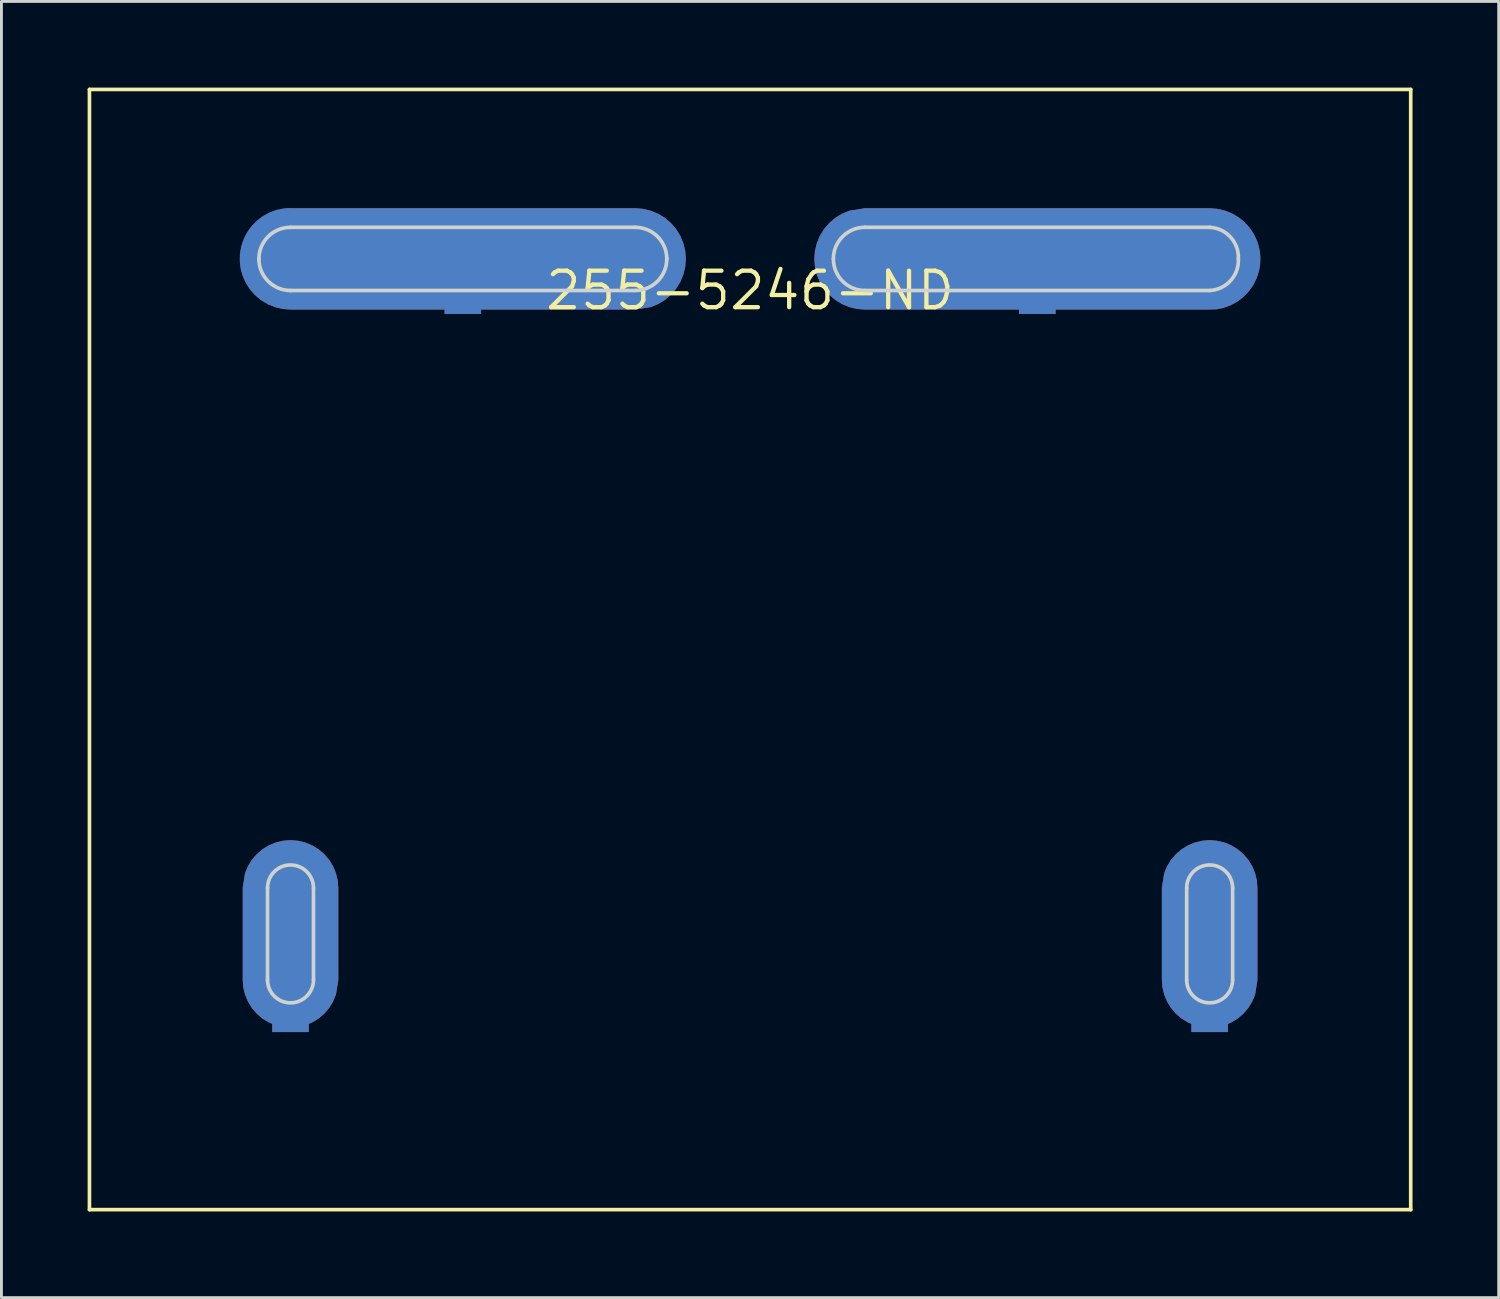
<source format=kicad_pcb>
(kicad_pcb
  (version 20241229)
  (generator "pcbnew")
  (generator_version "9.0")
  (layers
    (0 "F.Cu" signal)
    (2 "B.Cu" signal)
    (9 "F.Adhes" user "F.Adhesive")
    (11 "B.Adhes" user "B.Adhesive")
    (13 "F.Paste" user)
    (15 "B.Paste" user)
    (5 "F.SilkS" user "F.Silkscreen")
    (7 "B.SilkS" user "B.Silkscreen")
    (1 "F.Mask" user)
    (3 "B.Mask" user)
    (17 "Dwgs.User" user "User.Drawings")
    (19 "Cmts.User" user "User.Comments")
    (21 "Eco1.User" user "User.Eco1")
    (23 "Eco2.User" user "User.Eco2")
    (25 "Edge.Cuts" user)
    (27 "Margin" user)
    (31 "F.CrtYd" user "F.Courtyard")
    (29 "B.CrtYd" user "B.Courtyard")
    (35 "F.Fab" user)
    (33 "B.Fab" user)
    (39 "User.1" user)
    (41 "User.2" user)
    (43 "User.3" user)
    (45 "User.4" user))
  (footprint "255-5246-ND"
    (layer "F.Cu")
    (at 23.064 7.064)
    (property "Reference" "255-5246-ND" (at 0 0 0) (layer "F.SilkS") (effects (font (size 1.27 1.27) (thickness 0.15))))
    (fp_poly (pts (xy -15.74 19.157) (xy -15.486 19.218) (xy -15.245 19.318) (xy -15.022 19.454) (xy -14.824 19.624) (xy -14.654 19.822) (xy -14.518 20.045) (xy -14.418 20.286) (xy -14.357 20.54) (xy -14.336 20.798) (xy -14.336 24.005) (xy -14.417 24.512) (xy -14.518 24.755) (xy -14.654 24.978) (xy -14.824 25.176) (xy -15.022 25.346) (xy -15.245 25.482) (xy -15.486 25.582) (xy -15.74 25.643) (xy -16 25.664) (xy -16.26 25.643) (xy -16.514 25.582) (xy -16.755 25.482) (xy -16.978 25.346) (xy -17.176 25.176) (xy -17.346 24.978) (xy -17.482 24.755) (xy -17.582 24.514) (xy -17.643 24.26) (xy -17.663 24.002) (xy -17.663 20.795) (xy -17.583 20.288) (xy -17.482 20.045) (xy -17.346 19.822) (xy -17.176 19.624) (xy -16.978 19.454) (xy -16.755 19.318) (xy -16.514 19.218) (xy -16.26 19.157) (xy -16 19.136)) (stroke (width 0) (type default)) (fill yes) (layer "F.Cu"))
    (fp_poly (pts (xy -3.724 -2.842) (xy -3.455 -2.777) (xy -3.199 -2.671) (xy -2.963 -2.527) (xy -2.753 -2.347) (xy -2.573 -2.137) (xy -2.429 -1.901) (xy -2.323 -1.645) (xy -2.258 -1.376) (xy -2.236 -1.1) (xy -2.258 -0.824) (xy -2.323 -0.555) (xy -2.429 -0.299) (xy -2.573 -0.063) (xy -2.753 0.147) (xy -2.963 0.327) (xy -3.199 0.471) (xy -3.457 0.578) (xy -3.995 0.663) (xy -16.002 0.663) (xy -16.276 0.642) (xy -16.545 0.577) (xy -16.801 0.471) (xy -17.037 0.327) (xy -17.247 0.147) (xy -17.427 -0.063) (xy -17.571 -0.299) (xy -17.677 -0.555) (xy -17.742 -0.824) (xy -17.764 -1.1) (xy -17.742 -1.376) (xy -17.677 -1.645) (xy -17.571 -1.901) (xy -17.427 -2.137) (xy -17.247 -2.347) (xy -17.037 -2.527) (xy -16.801 -2.671) (xy -16.543 -2.778) (xy -16.005 -2.864) (xy -3.998 -2.864)) (stroke (width 0) (type default)) (fill yes) (layer "F.Cu"))
    (fp_poly (pts (xy 16.26 19.157) (xy 16.514 19.218) (xy 16.755 19.318) (xy 16.978 19.454) (xy 17.176 19.624) (xy 17.346 19.822) (xy 17.482 20.045) (xy 17.582 20.286) (xy 17.643 20.54) (xy 17.663 20.798) (xy 17.663 24.005) (xy 17.583 24.512) (xy 17.482 24.755) (xy 17.346 24.978) (xy 17.176 25.176) (xy 16.978 25.346) (xy 16.755 25.482) (xy 16.514 25.582) (xy 16.26 25.643) (xy 16 25.664) (xy 15.74 25.643) (xy 15.486 25.582) (xy 15.245 25.482) (xy 15.022 25.346) (xy 14.824 25.176) (xy 14.654 24.978) (xy 14.518 24.755) (xy 14.418 24.514) (xy 14.357 24.26) (xy 14.336 24.002) (xy 14.336 20.795) (xy 14.417 20.288) (xy 14.518 20.045) (xy 14.654 19.822) (xy 14.824 19.624) (xy 15.022 19.454) (xy 15.245 19.318) (xy 15.486 19.218) (xy 15.74 19.157) (xy 16 19.136)) (stroke (width 0) (type default)) (fill yes) (layer "F.Cu"))
    (fp_poly (pts (xy 16.276 -2.842) (xy 16.545 -2.777) (xy 16.801 -2.671) (xy 17.037 -2.527) (xy 17.247 -2.347) (xy 17.427 -2.137) (xy 17.571 -1.901) (xy 17.677 -1.645) (xy 17.742 -1.376) (xy 17.764 -1.1) (xy 17.742 -0.824) (xy 17.677 -0.555) (xy 17.571 -0.299) (xy 17.427 -0.063) (xy 17.247 0.147) (xy 17.037 0.327) (xy 16.801 0.471) (xy 16.543 0.578) (xy 16.005 0.663) (xy 3.998 0.663) (xy 3.724 0.642) (xy 3.455 0.577) (xy 3.199 0.471) (xy 2.963 0.327) (xy 2.753 0.147) (xy 2.573 -0.063) (xy 2.429 -0.299) (xy 2.323 -0.555) (xy 2.258 -0.824) (xy 2.236 -1.1) (xy 2.258 -1.376) (xy 2.323 -1.645) (xy 2.429 -1.901) (xy 2.573 -2.137) (xy 2.753 -2.347) (xy 2.963 -2.527) (xy 3.199 -2.671) (xy 3.457 -2.778) (xy 3.995 -2.864) (xy 16.002 -2.864)) (stroke (width 0) (type default)) (fill yes) (layer "F.Cu"))
    (fp_poly (pts (xy -15.74 19.157) (xy -15.486 19.218) (xy -15.245 19.318) (xy -15.022 19.454) (xy -14.824 19.624) (xy -14.654 19.822) (xy -14.518 20.045) (xy -14.418 20.286) (xy -14.357 20.54) (xy -14.336 20.798) (xy -14.336 24.005) (xy -14.417 24.512) (xy -14.518 24.755) (xy -14.654 24.978) (xy -14.824 25.176) (xy -15.022 25.346) (xy -15.245 25.482) (xy -15.486 25.582) (xy -15.74 25.643) (xy -16 25.664) (xy -16.26 25.643) (xy -16.514 25.582) (xy -16.755 25.482) (xy -16.978 25.346) (xy -17.176 25.176) (xy -17.346 24.978) (xy -17.482 24.755) (xy -17.582 24.514) (xy -17.643 24.26) (xy -17.663 24.002) (xy -17.663 20.795) (xy -17.583 20.288) (xy -17.482 20.045) (xy -17.346 19.822) (xy -17.176 19.624) (xy -16.978 19.454) (xy -16.755 19.318) (xy -16.514 19.218) (xy -16.26 19.157) (xy -16 19.136)) (stroke (width 0) (type default)) (fill yes) (layer "F.Mask"))
    (fp_poly (pts (xy -3.724 -2.842) (xy -3.455 -2.777) (xy -3.199 -2.671) (xy -2.963 -2.527) (xy -2.753 -2.347) (xy -2.573 -2.137) (xy -2.429 -1.901) (xy -2.323 -1.645) (xy -2.258 -1.376) (xy -2.236 -1.1) (xy -2.258 -0.824) (xy -2.323 -0.555) (xy -2.429 -0.299) (xy -2.573 -0.063) (xy -2.753 0.147) (xy -2.963 0.327) (xy -3.199 0.471) (xy -3.457 0.578) (xy -3.995 0.663) (xy -16.002 0.663) (xy -16.276 0.642) (xy -16.545 0.577) (xy -16.801 0.471) (xy -17.037 0.327) (xy -17.247 0.147) (xy -17.427 -0.063) (xy -17.571 -0.299) (xy -17.677 -0.555) (xy -17.742 -0.824) (xy -17.764 -1.1) (xy -17.742 -1.376) (xy -17.677 -1.645) (xy -17.571 -1.901) (xy -17.427 -2.137) (xy -17.247 -2.347) (xy -17.037 -2.527) (xy -16.801 -2.671) (xy -16.543 -2.778) (xy -16.005 -2.864) (xy -3.998 -2.864)) (stroke (width 0) (type default)) (fill yes) (layer "F.Mask"))
    (fp_poly (pts (xy 16.26 19.157) (xy 16.514 19.218) (xy 16.755 19.318) (xy 16.978 19.454) (xy 17.176 19.624) (xy 17.346 19.822) (xy 17.482 20.045) (xy 17.582 20.286) (xy 17.643 20.54) (xy 17.663 20.798) (xy 17.663 24.005) (xy 17.583 24.512) (xy 17.482 24.755) (xy 17.346 24.978) (xy 17.176 25.176) (xy 16.978 25.346) (xy 16.755 25.482) (xy 16.514 25.582) (xy 16.26 25.643) (xy 16 25.664) (xy 15.74 25.643) (xy 15.486 25.582) (xy 15.245 25.482) (xy 15.022 25.346) (xy 14.824 25.176) (xy 14.654 24.978) (xy 14.518 24.755) (xy 14.418 24.514) (xy 14.357 24.26) (xy 14.336 24.002) (xy 14.336 20.795) (xy 14.417 20.288) (xy 14.518 20.045) (xy 14.654 19.822) (xy 14.824 19.624) (xy 15.022 19.454) (xy 15.245 19.318) (xy 15.486 19.218) (xy 15.74 19.157) (xy 16 19.136)) (stroke (width 0) (type default)) (fill yes) (layer "F.Mask"))
    (fp_poly (pts (xy 16.276 -2.842) (xy 16.545 -2.777) (xy 16.801 -2.671) (xy 17.037 -2.527) (xy 17.247 -2.347) (xy 17.427 -2.137) (xy 17.571 -1.901) (xy 17.677 -1.645) (xy 17.742 -1.376) (xy 17.764 -1.1) (xy 17.742 -0.824) (xy 17.677 -0.555) (xy 17.571 -0.299) (xy 17.427 -0.063) (xy 17.247 0.147) (xy 17.037 0.327) (xy 16.801 0.471) (xy 16.543 0.578) (xy 16.005 0.663) (xy 3.998 0.663) (xy 3.724 0.642) (xy 3.455 0.577) (xy 3.199 0.471) (xy 2.963 0.327) (xy 2.753 0.147) (xy 2.573 -0.063) (xy 2.429 -0.299) (xy 2.323 -0.555) (xy 2.258 -0.824) (xy 2.236 -1.1) (xy 2.258 -1.376) (xy 2.323 -1.645) (xy 2.429 -1.901) (xy 2.573 -2.137) (xy 2.753 -2.347) (xy 2.963 -2.527) (xy 3.199 -2.671) (xy 3.457 -2.778) (xy 3.995 -2.864) (xy 16.002 -2.864)) (stroke (width 0) (type default)) (fill yes) (layer "F.Mask"))
    (fp_poly (pts (xy -15.74 19.157) (xy -15.486 19.218) (xy -15.245 19.318) (xy -15.022 19.454) (xy -14.824 19.624) (xy -14.654 19.822) (xy -14.518 20.045) (xy -14.418 20.286) (xy -14.357 20.54) (xy -14.336 20.798) (xy -14.336 24.005) (xy -14.417 24.512) (xy -14.518 24.755) (xy -14.654 24.978) (xy -14.824 25.176) (xy -15.022 25.346) (xy -15.245 25.482) (xy -15.486 25.582) (xy -15.74 25.643) (xy -16 25.664) (xy -16.26 25.643) (xy -16.514 25.582) (xy -16.755 25.482) (xy -16.978 25.346) (xy -17.176 25.176) (xy -17.346 24.978) (xy -17.482 24.755) (xy -17.582 24.514) (xy -17.643 24.26) (xy -17.663 24.002) (xy -17.663 20.795) (xy -17.583 20.288) (xy -17.482 20.045) (xy -17.346 19.822) (xy -17.176 19.624) (xy -16.978 19.454) (xy -16.755 19.318) (xy -16.514 19.218) (xy -16.26 19.157) (xy -16 19.136)) (stroke (width 0) (type default)) (fill yes) (layer "B.Cu"))
    (fp_poly (pts (xy 16.26 19.157) (xy 16.514 19.218) (xy 16.755 19.318) (xy 16.978 19.454) (xy 17.176 19.624) (xy 17.346 19.822) (xy 17.482 20.045) (xy 17.582 20.286) (xy 17.643 20.54) (xy 17.663 20.798) (xy 17.663 24.005) (xy 17.583 24.512) (xy 17.482 24.755) (xy 17.346 24.978) (xy 17.176 25.176) (xy 16.978 25.346) (xy 16.755 25.482) (xy 16.514 25.582) (xy 16.26 25.643) (xy 16 25.664) (xy 15.74 25.643) (xy 15.486 25.582) (xy 15.245 25.482) (xy 15.022 25.346) (xy 14.824 25.176) (xy 14.654 24.978) (xy 14.518 24.755) (xy 14.418 24.514) (xy 14.357 24.26) (xy 14.336 24.002) (xy 14.336 20.795) (xy 14.417 20.288) (xy 14.518 20.045) (xy 14.654 19.822) (xy 14.824 19.624) (xy 15.022 19.454) (xy 15.245 19.318) (xy 15.486 19.218) (xy 15.74 19.157) (xy 16 19.136)) (stroke (width 0) (type default)) (fill yes) (layer "B.Cu"))
    (fp_poly (pts (xy 16.267 -2.843) (xy 16.527 -2.783) (xy 16.775 -2.685) (xy 17.006 -2.55) (xy 17.214 -2.382) (xy 17.394 -2.184) (xy 17.542 -1.962) (xy 17.655 -1.719) (xy 17.731 -1.463) (xy 17.767 -1.198) (xy 17.762 -0.931) (xy 17.717 -0.667) (xy 17.633 -0.413) (xy 17.512 -0.175) (xy 17.357 0.042) (xy 17.17 0.234) (xy 16.957 0.395) (xy 16.721 0.522) (xy 16.47 0.612) (xy 16.206 0.663) (xy 3.998 0.663) (xy 3.724 0.642) (xy 3.455 0.577) (xy 3.199 0.471) (xy 2.963 0.327) (xy 2.753 0.147) (xy 2.573 -0.063) (xy 2.429 -0.299) (xy 2.323 -0.555) (xy 2.258 -0.824) (xy 2.236 -1.1) (xy 2.258 -1.376) (xy 2.323 -1.645) (xy 2.429 -1.901) (xy 2.573 -2.137) (xy 2.753 -2.347) (xy 2.963 -2.527) (xy 3.199 -2.671) (xy 3.457 -2.778) (xy 3.995 -2.864) (xy 16.002 -2.864)) (stroke (width 0) (type default)) (fill yes) (layer "B.Cu"))
    (fp_poly (pts (xy -15.998 -2.864) (xy -3.998 -2.864) (xy -3.724 -2.842) (xy -3.455 -2.777) (xy -3.199 -2.671) (xy -2.963 -2.527) (xy -2.753 -2.347) (xy -2.573 -2.137) (xy -2.429 -1.901) (xy -2.323 -1.645) (xy -2.258 -1.376) (xy -2.236 -1.1) (xy -2.258 -0.824) (xy -2.323 -0.555) (xy -2.429 -0.299) (xy -2.573 -0.063) (xy -2.753 0.147) (xy -2.963 0.327) (xy -3.199 0.471) (xy -3.457 0.578) (xy -3.995 0.663) (xy -16.002 0.663) (xy -16.267 0.643) (xy -16.527 0.583) (xy -16.775 0.485) (xy -17.006 0.35) (xy -17.214 0.182) (xy -17.394 -0.016) (xy -17.542 -0.238) (xy -17.655 -0.481) (xy -17.731 -0.737) (xy -17.767 -1.002) (xy -17.762 -1.269) (xy -17.717 -1.533) (xy -17.633 -1.787) (xy -17.512 -2.025) (xy -17.357 -2.242) (xy -17.17 -2.434) (xy -16.957 -2.595) (xy -16.721 -2.722) (xy -16.47 -2.812) (xy -16.208 -2.863) (xy -16.1 -2.869)) (stroke (width 0) (type default)) (fill yes) (layer "B.Cu"))
    (fp_poly (pts (xy -15.74 19.157) (xy -15.486 19.218) (xy -15.245 19.318) (xy -15.022 19.454) (xy -14.824 19.624) (xy -14.654 19.822) (xy -14.518 20.045) (xy -14.418 20.286) (xy -14.357 20.54) (xy -14.336 20.798) (xy -14.336 24.005) (xy -14.417 24.512) (xy -14.518 24.755) (xy -14.654 24.978) (xy -14.824 25.176) (xy -15.022 25.346) (xy -15.245 25.482) (xy -15.486 25.582) (xy -15.74 25.643) (xy -16 25.664) (xy -16.26 25.643) (xy -16.514 25.582) (xy -16.755 25.482) (xy -16.978 25.346) (xy -17.176 25.176) (xy -17.346 24.978) (xy -17.482 24.755) (xy -17.582 24.514) (xy -17.643 24.26) (xy -17.663 24.002) (xy -17.663 20.795) (xy -17.583 20.288) (xy -17.482 20.045) (xy -17.346 19.822) (xy -17.176 19.624) (xy -16.978 19.454) (xy -16.755 19.318) (xy -16.514 19.218) (xy -16.26 19.157) (xy -16 19.136)) (stroke (width 0) (type default)) (fill yes) (layer "B.Mask"))
    (fp_poly (pts (xy -3.724 -2.842) (xy -3.455 -2.777) (xy -3.199 -2.671) (xy -2.963 -2.527) (xy -2.753 -2.347) (xy -2.573 -2.137) (xy -2.429 -1.901) (xy -2.323 -1.645) (xy -2.258 -1.376) (xy -2.236 -1.1) (xy -2.258 -0.824) (xy -2.323 -0.555) (xy -2.429 -0.299) (xy -2.573 -0.063) (xy -2.753 0.147) (xy -2.963 0.327) (xy -3.199 0.471) (xy -3.457 0.578) (xy -3.995 0.663) (xy -16.002 0.663) (xy -16.276 0.642) (xy -16.545 0.577) (xy -16.801 0.471) (xy -17.037 0.327) (xy -17.247 0.147) (xy -17.427 -0.063) (xy -17.571 -0.299) (xy -17.677 -0.555) (xy -17.742 -0.824) (xy -17.764 -1.1) (xy -17.742 -1.376) (xy -17.677 -1.645) (xy -17.571 -1.901) (xy -17.427 -2.137) (xy -17.247 -2.347) (xy -17.037 -2.527) (xy -16.801 -2.671) (xy -16.543 -2.778) (xy -16.005 -2.864) (xy -3.998 -2.864)) (stroke (width 0) (type default)) (fill yes) (layer "B.Mask"))
    (fp_poly (pts (xy 16.26 19.157) (xy 16.514 19.218) (xy 16.755 19.318) (xy 16.978 19.454) (xy 17.176 19.624) (xy 17.346 19.822) (xy 17.482 20.045) (xy 17.582 20.286) (xy 17.643 20.54) (xy 17.663 20.798) (xy 17.663 24.005) (xy 17.583 24.512) (xy 17.482 24.755) (xy 17.346 24.978) (xy 17.176 25.176) (xy 16.978 25.346) (xy 16.755 25.482) (xy 16.514 25.582) (xy 16.26 25.643) (xy 16 25.664) (xy 15.74 25.643) (xy 15.486 25.582) (xy 15.245 25.482) (xy 15.022 25.346) (xy 14.824 25.176) (xy 14.654 24.978) (xy 14.518 24.755) (xy 14.418 24.514) (xy 14.357 24.26) (xy 14.336 24.002) (xy 14.336 20.795) (xy 14.417 20.288) (xy 14.518 20.045) (xy 14.654 19.822) (xy 14.824 19.624) (xy 15.022 19.454) (xy 15.245 19.318) (xy 15.486 19.218) (xy 15.74 19.157) (xy 16 19.136)) (stroke (width 0) (type default)) (fill yes) (layer "B.Mask"))
    (fp_poly (pts (xy 16.276 -2.842) (xy 16.545 -2.777) (xy 16.801 -2.671) (xy 17.037 -2.527) (xy 17.247 -2.347) (xy 17.427 -2.137) (xy 17.571 -1.901) (xy 17.677 -1.645) (xy 17.742 -1.376) (xy 17.764 -1.1) (xy 17.742 -0.824) (xy 17.677 -0.555) (xy 17.571 -0.299) (xy 17.427 -0.063) (xy 17.247 0.147) (xy 17.037 0.327) (xy 16.801 0.471) (xy 16.543 0.578) (xy 16.005 0.663) (xy 3.998 0.663) (xy 3.724 0.642) (xy 3.455 0.577) (xy 3.199 0.471) (xy 2.963 0.327) (xy 2.753 0.147) (xy 2.573 -0.063) (xy 2.429 -0.299) (xy 2.323 -0.555) (xy 2.258 -0.824) (xy 2.236 -1.1) (xy 2.258 -1.376) (xy 2.323 -1.645) (xy 2.429 -1.901) (xy 2.573 -2.137) (xy 2.753 -2.347) (xy 2.963 -2.527) (xy 3.199 -2.671) (xy 3.457 -2.778) (xy 3.995 -2.864) (xy 16.002 -2.864)) (stroke (width 0) (type default)) (fill yes) (layer "B.Mask"))
    (fp_line (start -23 -7) (end -23 32) (stroke (width 0.127) (type solid)) (layer "F.SilkS"))
    (fp_line (start -23 32) (end 23 32) (stroke (width 0.127) (type solid)) (layer "F.SilkS"))
    (fp_line (start 23 -7) (end -23 -7) (stroke (width 0.127) (type solid)) (layer "F.SilkS"))
    (fp_line (start 23 32) (end 23 -7) (stroke (width 0.127) (type solid)) (layer "F.SilkS"))
    (fp_poly (pts (xy -15.74 19.157) (xy -15.486 19.218) (xy -15.245 19.318) (xy -15.022 19.454) (xy -14.824 19.624) (xy -14.654 19.822) (xy -14.518 20.045) (xy -14.418 20.286) (xy -14.357 20.54) (xy -14.336 20.798) (xy -14.336 24.005) (xy -14.417 24.512) (xy -14.518 24.755) (xy -14.654 24.978) (xy -14.824 25.176) (xy -15.022 25.346) (xy -15.245 25.482) (xy -15.486 25.582) (xy -15.74 25.643) (xy -16 25.664) (xy -16.26 25.643) (xy -16.514 25.582) (xy -16.755 25.482) (xy -16.978 25.346) (xy -17.176 25.176) (xy -17.346 24.978) (xy -17.482 24.755) (xy -17.582 24.514) (xy -17.643 24.26) (xy -17.663 24.002) (xy -17.663 20.795) (xy -17.583 20.288) (xy -17.482 20.045) (xy -17.346 19.822) (xy -17.176 19.624) (xy -16.978 19.454) (xy -16.755 19.318) (xy -16.514 19.218) (xy -16.26 19.157) (xy -16 19.136)) (stroke (width 0) (type default)) (fill yes) (layer "F.Paste"))
    (fp_poly (pts (xy -3.724 -2.842) (xy -3.455 -2.777) (xy -3.199 -2.671) (xy -2.963 -2.527) (xy -2.753 -2.347) (xy -2.573 -2.137) (xy -2.429 -1.901) (xy -2.323 -1.645) (xy -2.258 -1.376) (xy -2.236 -1.1) (xy -2.258 -0.824) (xy -2.323 -0.555) (xy -2.429 -0.299) (xy -2.573 -0.063) (xy -2.753 0.147) (xy -2.963 0.327) (xy -3.199 0.471) (xy -3.457 0.578) (xy -3.995 0.663) (xy -16.002 0.663) (xy -16.276 0.642) (xy -16.545 0.577) (xy -16.801 0.471) (xy -17.037 0.327) (xy -17.247 0.147) (xy -17.427 -0.063) (xy -17.571 -0.299) (xy -17.677 -0.555) (xy -17.742 -0.824) (xy -17.764 -1.1) (xy -17.742 -1.376) (xy -17.677 -1.645) (xy -17.571 -1.901) (xy -17.427 -2.137) (xy -17.247 -2.347) (xy -17.037 -2.527) (xy -16.801 -2.671) (xy -16.543 -2.778) (xy -16.005 -2.864) (xy -3.998 -2.864)) (stroke (width 0) (type default)) (fill yes) (layer "F.Paste"))
    (fp_poly (pts (xy 16.276 -2.842) (xy 16.545 -2.777) (xy 16.801 -2.671) (xy 17.037 -2.527) (xy 17.247 -2.347) (xy 17.427 -2.137) (xy 17.571 -1.901) (xy 17.677 -1.645) (xy 17.742 -1.376) (xy 17.764 -1.1) (xy 17.742 -0.824) (xy 17.677 -0.555) (xy 17.571 -0.299) (xy 17.427 -0.063) (xy 17.247 0.147) (xy 17.037 0.327) (xy 16.801 0.471) (xy 16.543 0.578) (xy 16.005 0.663) (xy 3.998 0.663) (xy 3.724 0.642) (xy 3.455 0.577) (xy 3.199 0.471) (xy 2.963 0.327) (xy 2.753 0.147) (xy 2.573 -0.063) (xy 2.429 -0.299) (xy 2.323 -0.555) (xy 2.258 -0.824) (xy 2.236 -1.1) (xy 2.258 -1.376) (xy 2.323 -1.645) (xy 2.429 -1.901) (xy 2.573 -2.137) (xy 2.753 -2.347) (xy 2.963 -2.527) (xy 3.199 -2.671) (xy 3.457 -2.778) (xy 3.995 -2.864) (xy 16.002 -2.864)) (stroke (width 0) (type default)) (fill yes) (layer "F.Paste"))
    (fp_poly (pts (xy 16.278 19.154) (xy 16.529 19.218) (xy 16.768 19.32) (xy 16.988 19.458) (xy 17.184 19.628) (xy 17.351 19.827) (xy 17.485 20.049) (xy 17.584 20.289) (xy 17.644 20.541) (xy 17.663 20.798) (xy 17.663 24.005) (xy 17.583 24.512) (xy 17.482 24.755) (xy 17.346 24.978) (xy 17.176 25.176) (xy 16.978 25.346) (xy 16.755 25.482) (xy 16.514 25.582) (xy 16.26 25.643) (xy 16 25.664) (xy 15.74 25.643) (xy 15.486 25.582) (xy 15.245 25.482) (xy 15.022 25.346) (xy 14.824 25.176) (xy 14.654 24.978) (xy 14.518 24.755) (xy 14.418 24.514) (xy 14.357 24.26) (xy 14.336 24.002) (xy 14.336 20.999) (xy 14.352 20.493) (xy 14.42 20.24) (xy 14.526 20.003) (xy 14.667 19.786) (xy 14.84 19.592) (xy 15.041 19.428) (xy 15.265 19.297) (xy 15.507 19.203) (xy 15.76 19.146) (xy 16.019 19.13)) (stroke (width 0) (type default)) (fill yes) (layer "F.Paste"))
    (fp_poly (pts (xy -15.74 19.157) (xy -15.486 19.218) (xy -15.245 19.318) (xy -15.022 19.454) (xy -14.824 19.624) (xy -14.654 19.822) (xy -14.518 20.045) (xy -14.418 20.286) (xy -14.357 20.54) (xy -14.336 20.798) (xy -14.336 24.005) (xy -14.417 24.512) (xy -14.518 24.755) (xy -14.654 24.978) (xy -14.824 25.176) (xy -15.022 25.346) (xy -15.245 25.482) (xy -15.486 25.582) (xy -15.74 25.643) (xy -16 25.664) (xy -16.26 25.643) (xy -16.514 25.582) (xy -16.755 25.482) (xy -16.978 25.346) (xy -17.176 25.176) (xy -17.346 24.978) (xy -17.482 24.755) (xy -17.582 24.514) (xy -17.643 24.26) (xy -17.663 24.002) (xy -17.663 20.795) (xy -17.583 20.288) (xy -17.482 20.045) (xy -17.346 19.822) (xy -17.176 19.624) (xy -16.978 19.454) (xy -16.755 19.318) (xy -16.514 19.218) (xy -16.26 19.157) (xy -16 19.136)) (stroke (width 0) (type default)) (fill yes) (layer "B.Paste"))
    (fp_poly (pts (xy -3.724 -2.842) (xy -3.455 -2.777) (xy -3.199 -2.671) (xy -2.963 -2.527) (xy -2.753 -2.347) (xy -2.573 -2.137) (xy -2.429 -1.901) (xy -2.323 -1.645) (xy -2.258 -1.376) (xy -2.236 -1.1) (xy -2.258 -0.824) (xy -2.323 -0.555) (xy -2.429 -0.299) (xy -2.573 -0.063) (xy -2.753 0.147) (xy -2.963 0.327) (xy -3.199 0.471) (xy -3.457 0.578) (xy -3.995 0.663) (xy -16.002 0.663) (xy -16.276 0.642) (xy -16.545 0.577) (xy -16.801 0.471) (xy -17.037 0.327) (xy -17.247 0.147) (xy -17.427 -0.063) (xy -17.571 -0.299) (xy -17.677 -0.555) (xy -17.742 -0.824) (xy -17.764 -1.1) (xy -17.742 -1.376) (xy -17.677 -1.645) (xy -17.571 -1.901) (xy -17.427 -2.137) (xy -17.247 -2.347) (xy -17.037 -2.527) (xy -16.801 -2.671) (xy -16.543 -2.778) (xy -16.005 -2.864) (xy -3.998 -2.864)) (stroke (width 0) (type default)) (fill yes) (layer "B.Paste"))
    (fp_poly (pts (xy 16.26 19.157) (xy 16.514 19.218) (xy 16.755 19.318) (xy 16.978 19.454) (xy 17.176 19.624) (xy 17.346 19.822) (xy 17.482 20.045) (xy 17.582 20.286) (xy 17.643 20.54) (xy 17.663 20.798) (xy 17.663 24.005) (xy 17.583 24.512) (xy 17.482 24.755) (xy 17.346 24.978) (xy 17.176 25.176) (xy 16.978 25.346) (xy 16.755 25.482) (xy 16.514 25.582) (xy 16.26 25.643) (xy 16 25.664) (xy 15.74 25.643) (xy 15.486 25.582) (xy 15.245 25.482) (xy 15.022 25.346) (xy 14.824 25.176) (xy 14.654 24.978) (xy 14.518 24.755) (xy 14.418 24.514) (xy 14.357 24.26) (xy 14.336 24.002) (xy 14.336 20.795) (xy 14.417 20.288) (xy 14.518 20.045) (xy 14.654 19.822) (xy 14.824 19.624) (xy 15.022 19.454) (xy 15.245 19.318) (xy 15.486 19.218) (xy 15.74 19.157) (xy 16 19.136)) (stroke (width 0) (type default)) (fill yes) (layer "B.Paste"))
    (fp_poly (pts (xy 16.276 -2.842) (xy 16.545 -2.777) (xy 16.801 -2.671) (xy 17.037 -2.527) (xy 17.247 -2.347) (xy 17.427 -2.137) (xy 17.571 -1.901) (xy 17.677 -1.645) (xy 17.742 -1.376) (xy 17.764 -1.1) (xy 17.742 -0.824) (xy 17.677 -0.555) (xy 17.571 -0.299) (xy 17.427 -0.063) (xy 17.247 0.147) (xy 17.037 0.327) (xy 16.801 0.471) (xy 16.543 0.578) (xy 16.005 0.663) (xy 3.998 0.663) (xy 3.724 0.642) (xy 3.455 0.577) (xy 3.199 0.471) (xy 2.963 0.327) (xy 2.753 0.147) (xy 2.573 -0.063) (xy 2.429 -0.299) (xy 2.323 -0.555) (xy 2.258 -0.824) (xy 2.236 -1.1) (xy 2.258 -1.376) (xy 2.323 -1.645) (xy 2.429 -1.901) (xy 2.573 -2.137) (xy 2.753 -2.347) (xy 2.963 -2.527) (xy 3.199 -2.671) (xy 3.457 -2.778) (xy 3.995 -2.864) (xy 16.002 -2.864)) (stroke (width 0) (type default)) (fill yes) (layer "B.Paste"))
    (fp_line (start -16.8 20.8) (end -16.8 24) (stroke (width 0.127) (type solid)) (layer "Edge.Cuts"))
    (fp_line (start -15.2 20.8) (end -15.2 24) (stroke (width 0.127) (type solid)) (layer "Edge.Cuts"))
    (fp_line (start -4 -2.2) (end -16 -2.2) (stroke (width 0.127) (type solid)) (layer "Edge.Cuts"))
    (fp_line (start -4 0) (end -16 0) (stroke (width 0.127) (type solid)) (layer "Edge.Cuts"))
    (fp_line (start 15.2 20.8) (end 15.2 24) (stroke (width 0.127) (type solid)) (layer "Edge.Cuts"))
    (fp_line (start 16 -2.2) (end 4 -2.2) (stroke (width 0.127) (type solid)) (layer "Edge.Cuts"))
    (fp_line (start 16 0) (end 4 0) (stroke (width 0.127) (type solid)) (layer "Edge.Cuts"))
    (fp_line (start 16.8 20.8) (end 16.8 24) (stroke (width 0.127) (type solid)) (layer "Edge.Cuts"))
    (fp_arc (start -17.1 -1.1) (mid -16.777817 -1.877817) (end -16 -2.2) (stroke (width 0.127) (type solid)) (layer "Edge.Cuts"))
    (fp_arc (start -16.8 20.8) (mid -16 20) (end -15.2 20.8) (stroke (width 0.127) (type solid)) (layer "Edge.Cuts"))
    (fp_arc (start -16 0) (mid -16.777817 -0.322183) (end -17.1 -1.1) (stroke (width 0.127) (type solid)) (layer "Edge.Cuts"))
    (fp_arc (start -15.2 24) (mid -16 24.8) (end -16.8 24) (stroke (width 0.127) (type solid)) (layer "Edge.Cuts"))
    (fp_arc (start -4 -2.2) (mid -3.222183 -1.877817) (end -2.9 -1.1) (stroke (width 0.127) (type solid)) (layer "Edge.Cuts"))
    (fp_arc (start -2.9 -1.1) (mid -3.222183 -0.322183) (end -4 0) (stroke (width 0.127) (type solid)) (layer "Edge.Cuts"))
    (fp_arc (start 2.9 -1.1) (mid 3.222183 -1.877817) (end 4 -2.2) (stroke (width 0.127) (type solid)) (layer "Edge.Cuts"))
    (fp_arc (start 4 0) (mid 3.222183 -0.322183) (end 2.9 -1.1) (stroke (width 0.127) (type solid)) (layer "Edge.Cuts"))
    (fp_arc (start 15.2 20.8) (mid 16 20) (end 16.8 20.8) (stroke (width 0.127) (type solid)) (layer "Edge.Cuts"))
    (fp_arc (start 16 -2.2) (mid 16.727817 -1.857107) (end 17 -1.1) (stroke (width 0.127) (type solid)) (layer "Edge.Cuts"))
    (fp_arc (start 16.8 24) (mid 16 24.8) (end 15.2 24) (stroke (width 0.127) (type solid)) (layer "Edge.Cuts"))
    (fp_arc (start 17 -1.1) (mid 16.727817 -0.342893) (end 16 0) (stroke (width 0.127) (type solid)) (layer "Edge.Cuts"))
    (pad "(+)" smd rect (at -16 25.5 180) (size 1.27 0.635) (layers "F.Cu" "F.Mask" "F.Paste"))
    (pad "(++)" smd rect (at -16 25.5) (size 1.27 0.635) (layers "B.Cu" "B.Mask" "B.Paste"))
    (pad "(-)" smd rect (at 16 25.5 180) (size 1.27 0.635) (layers "F.Cu" "F.Mask" "F.Paste"))
    (pad "(--)" smd rect (at 16 25.5) (size 1.27 0.635) (layers "B.Cu" "B.Mask" "B.Paste"))
    (pad "NO(+)" smd rect (at -10 0.5 180) (size 1.27 0.635) (layers "F.Cu" "F.Mask" "F.Paste"))
    (pad "NO(++)" smd rect (at -10 0.5) (size 1.27 0.635) (layers "B.Cu" "B.Mask" "B.Paste"))
    (pad "NO(-)" smd rect (at 10 0.5) (size 1.27 0.635) (layers "F.Cu" "F.Mask" "F.Paste"))
    (pad "NO(--)" smd rect (at 10 0.5) (size 1.27 0.635) (layers "B.Cu" "B.Mask" "B.Paste")))
  (gr_rect
    (start -3 -3)
    (end 49.127 42.127)
    (stroke (width 0.1) (type default))
    (fill no)
    (layer "Edge.Cuts")))
</source>
